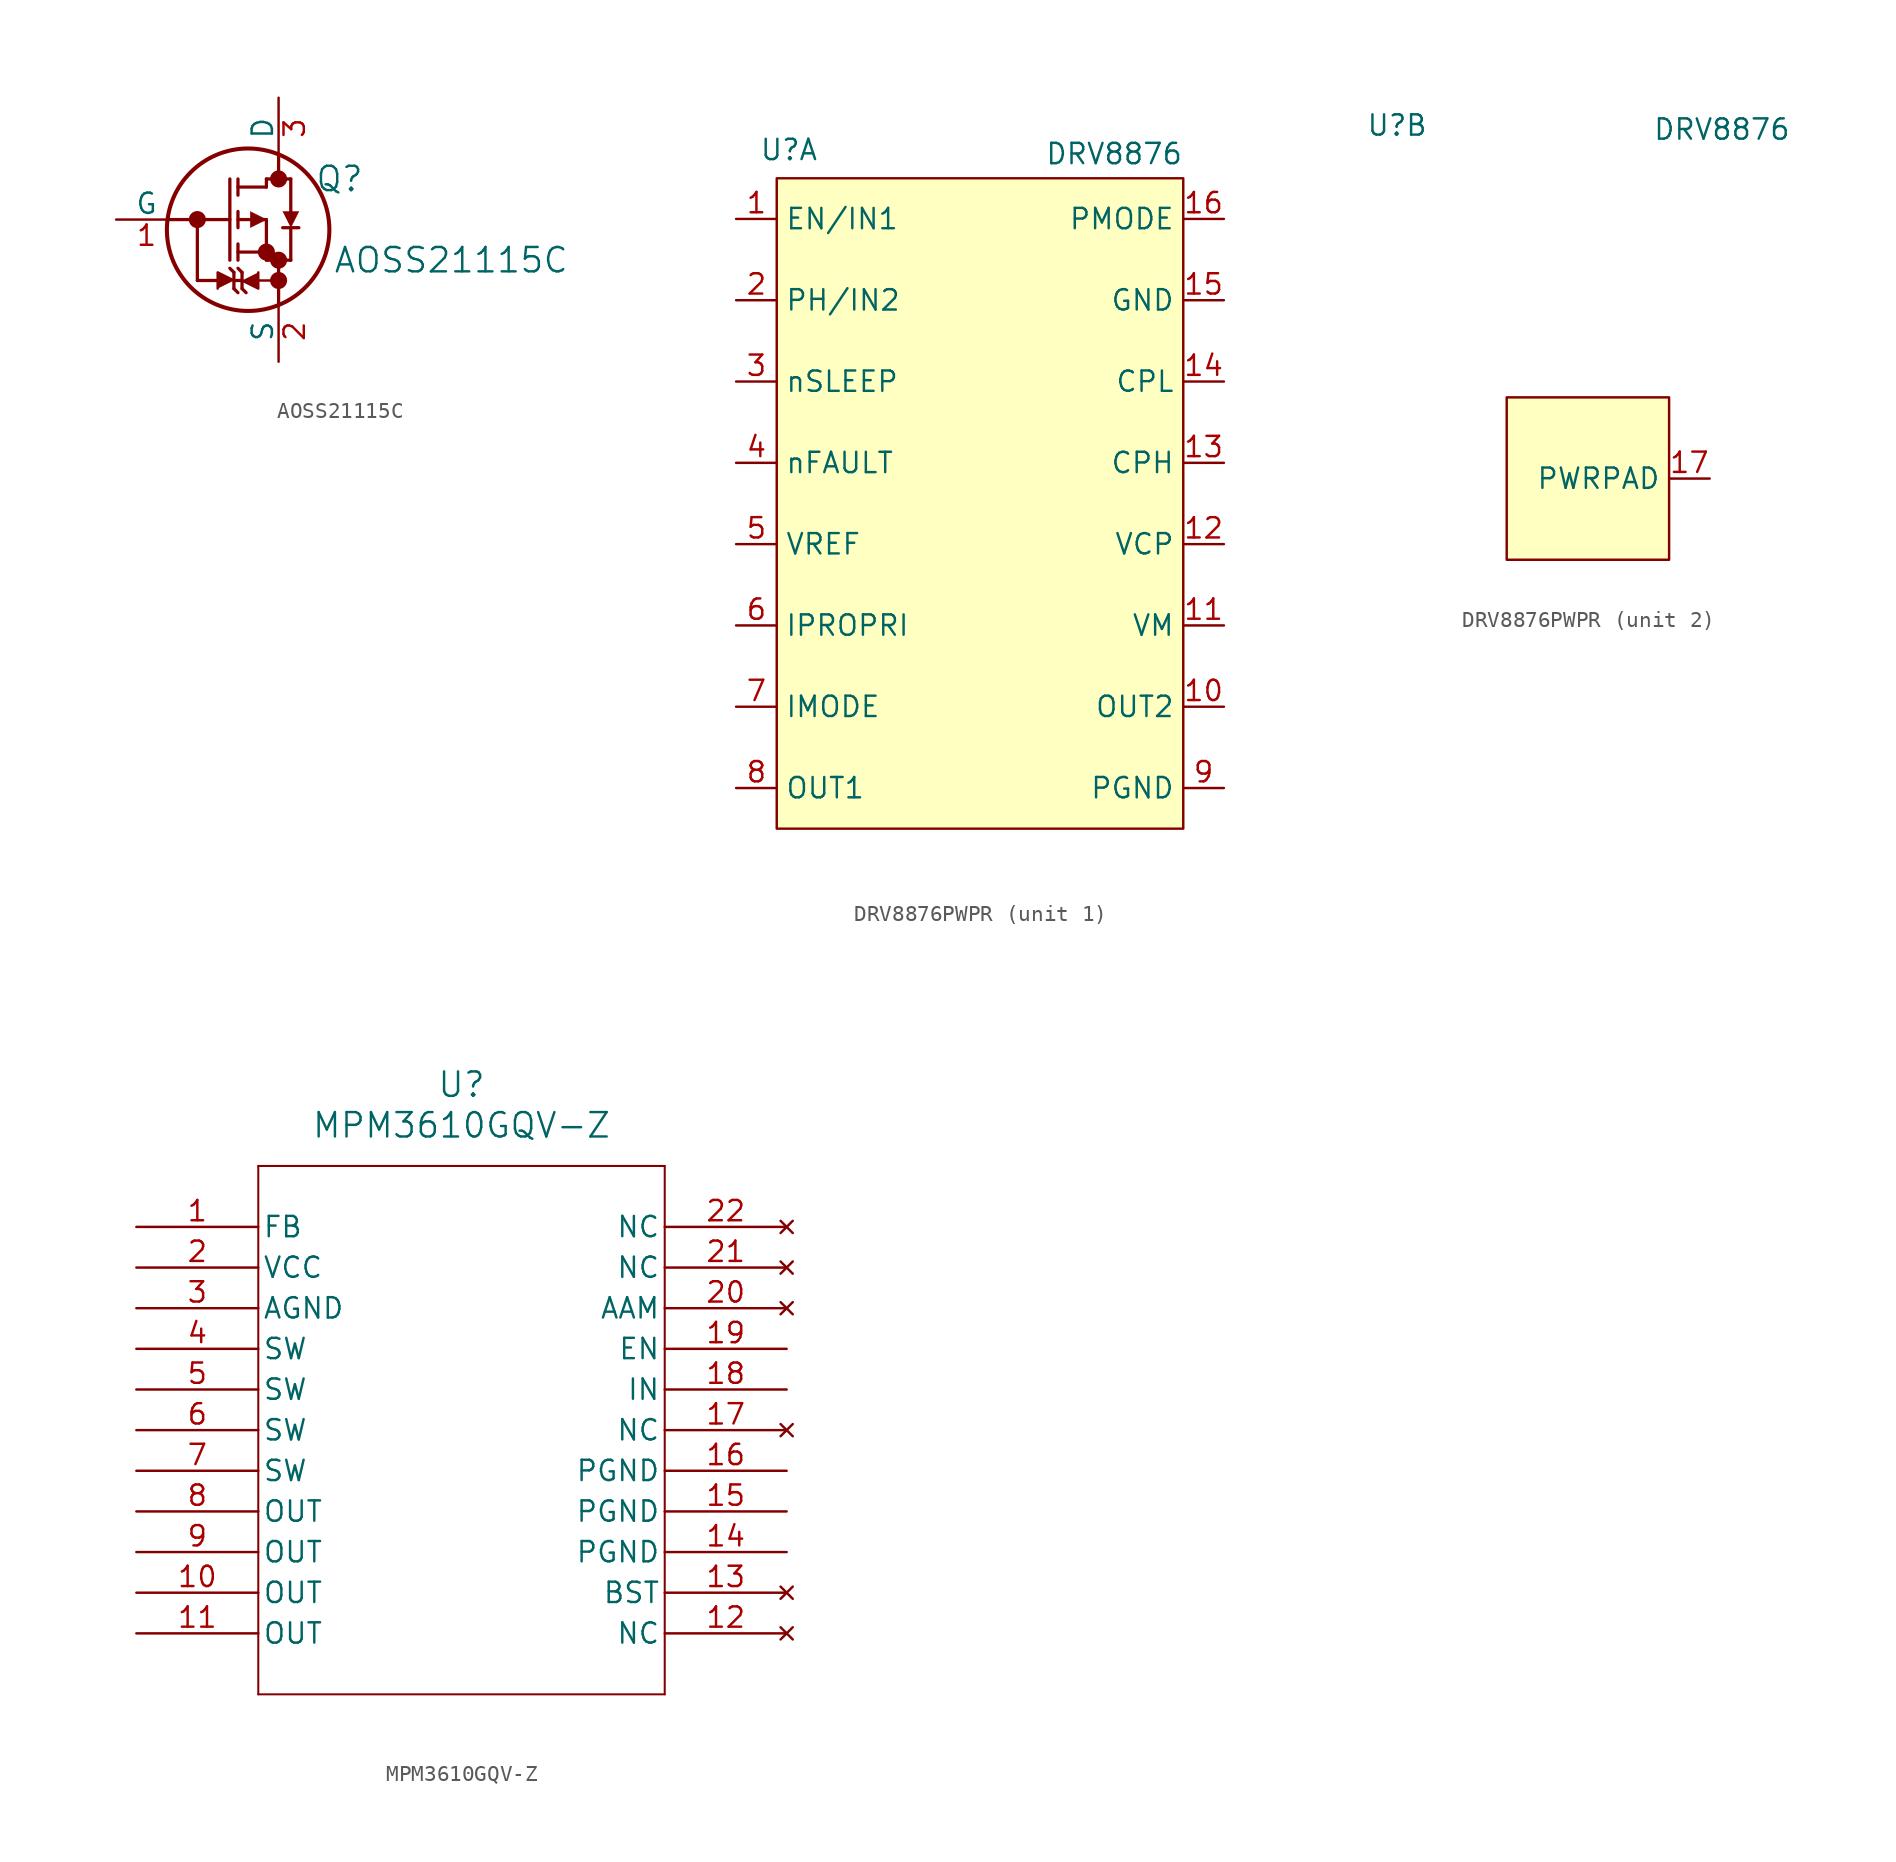
<source format=kicad_sym>
(kicad_symbol_lib
  (version 20231120)
  (generator "kicad_symbol_editor")
  (generator_version "8.0")
  (symbol "AOSS21115C"
    (pin_names
      (offset 0))
    (property "Reference" "Q"
      (at 15.24 2.54 0)
      (effects (font (size 1.524 1.524))))
    (property "Value" "AOSS21115C"
      (at 22.225 -2.54 0)
      (effects (font (size 1.524 1.524))))
    (symbol "AOSS21115C_0_1"
      (polyline (pts (xy 4.572 0) (xy 8.382 0)) (stroke (width 0.203) (type default)) (fill (type none)))
      (polyline (pts (xy 6.35 -3.81) (xy 7.62 -3.81)) (stroke (width 0.203) (type default)) (fill (type none)))
      (polyline (pts (xy 6.35 0) (xy 6.35 -3.81)) (stroke (width 0.203) (type default)) (fill (type none)))
      (polyline (pts (xy 8.382 -2.54) (xy 8.382 2.54)) (stroke (width 0.203) (type default)) (fill (type none)))
      (polyline (pts (xy 8.636 -4.318) (xy 8.89 -4.572)) (stroke (width 0.203) (type default)) (fill (type none)))
      (polyline (pts (xy 8.636 -3.81) (xy 9.144 -3.81)) (stroke (width 0.203) (type default)) (fill (type none)))
      (polyline (pts (xy 8.636 -3.302) (xy 8.382 -3.048)) (stroke (width 0.203) (type default)) (fill (type none)))
      (polyline (pts (xy 8.636 -3.302) (xy 8.636 -4.318)) (stroke (width 0.203) (type default)) (fill (type none)))
      (polyline (pts (xy 8.89 -2.54) (xy 8.89 -1.524)) (stroke (width 0.203) (type default)) (fill (type none)))
      (polyline (pts (xy 8.89 -2.032) (xy 10.668 -2.032)) (stroke (width 0.203) (type default)) (fill (type none)))
      (polyline (pts (xy 8.89 -0.508) (xy 8.89 0.508)) (stroke (width 0.203) (type default)) (fill (type none)))
      (polyline (pts (xy 8.89 0) (xy 10.668 0)) (stroke (width 0.203) (type default)) (fill (type none)))
      (polyline (pts (xy 8.89 1.524) (xy 8.89 2.54)) (stroke (width 0.203) (type default)) (fill (type none)))
      (polyline (pts (xy 8.89 2.032) (xy 10.668 2.032)) (stroke (width 0.203) (type default)) (fill (type none)))
      (polyline (pts (xy 9.144 -4.318) (xy 9.144 -3.302)) (stroke (width 0.203) (type default)) (fill (type none)))
      (polyline (pts (xy 9.144 -4.318) (xy 9.398 -4.572)) (stroke (width 0.203) (type default)) (fill (type none)))
      (polyline (pts (xy 9.144 -3.302) (xy 8.89 -3.048)) (stroke (width 0.203) (type default)) (fill (type none)))
      (polyline (pts (xy 10.668 -2.54) (xy 10.668 0)) (stroke (width 0.203) (type default)) (fill (type none)))
      (polyline (pts (xy 10.668 -2.54) (xy 12.192 -2.54)) (stroke (width 0.203) (type default)) (fill (type none)))
      (polyline (pts (xy 10.668 2.032) (xy 10.668 2.54)) (stroke (width 0.203) (type default)) (fill (type none)))
      (polyline (pts (xy 10.668 2.54) (xy 12.192 2.54)) (stroke (width 0.203) (type default)) (fill (type none)))
      (polyline (pts (xy 11.43 -5.334) (xy 11.43 -3.81)) (stroke (width 0.203) (type default)) (fill (type none)))
      (polyline (pts (xy 11.43 -3.81) (xy 10.16 -3.81)) (stroke (width 0) (type default)) (fill (type none)))
      (polyline (pts (xy 11.43 -2.54) (xy 11.43 -3.81)) (stroke (width 0.203) (type default)) (fill (type none)))
      (polyline (pts (xy 11.43 2.54) (xy 11.43 4.064)) (stroke (width 0.203) (type default)) (fill (type none)))
      (polyline (pts (xy 12.192 -2.54) (xy 12.192 -0.508)) (stroke (width 0.203) (type default)) (fill (type none)))
      (polyline (pts (xy 12.192 0.508) (xy 12.192 2.54)) (stroke (width 0.203) (type default)) (fill (type none)))
      (polyline (pts (xy 12.7 -0.508) (xy 11.684 -0.508)) (stroke (width 0.203) (type default)) (fill (type none)))
      (polyline (pts (xy 8.636 -3.81) (xy 7.62 -3.302) (xy 7.62 -4.318)) (stroke (width 0) (type default)) (fill (type outline)))
      (polyline (pts (xy 9.144 -3.81) (xy 10.16 -4.318) (xy 10.16 -3.302)) (stroke (width 0) (type default)) (fill (type outline)))
      (polyline (pts (xy 9.652 -0.508) (xy 10.668 0) (xy 9.652 0.508)) (stroke (width 0.025) (type default)) (fill (type outline)))
      (polyline (pts (xy 11.684 0.508) (xy 12.7 0.508) (xy 12.192 -0.508)) (stroke (width 0.025) (type default)) (fill (type outline)))
      (circle (center 6.35 0) (radius 0.025) (stroke (width 0.508) (type default)) (fill (type none)))
      (circle (center 9.525 -0.635) (radius 5.08) (stroke (width 0.254) (type default)) (fill (type none)))
      (circle (center 10.668 -2.032) (radius 0.025) (stroke (width 0.508) (type default)) (fill (type none)))
      (circle (center 11.43 -3.81) (radius 0.025) (stroke (width 0.508) (type default)) (fill (type none)))
      (circle (center 11.43 -2.54) (radius 0.025) (stroke (width 0.508) (type default)) (fill (type none)))
      (circle (center 11.43 2.54) (radius 0.025) (stroke (width 0.508) (type default)) (fill (type none))))
    (symbol "AOSS21115C_1_1"
      (pin input line (at 1.27 0 0) (length 3.81) (name "G" (effects (font (size 1.27 1.27)))) (number "1" (effects (font (size 1.27 1.27)))))
      (pin passive line (at 11.43 -8.89 90) (length 3.81) (name "S" (effects (font (size 1.27 1.27)))) (number "2" (effects (font (size 1.27 1.27)))))
      (pin passive line (at 11.43 7.62 270) (length 3.81) (name "D" (effects (font (size 1.27 1.27)))) (number "3" (effects (font (size 1.27 1.27)))))))
  (symbol "DRV8876PWPR"
    (property "Reference" "U"
      (at -11.938 22.098 0)
      (effects (font (size 1.27 1.27))))
    (property "Value" "DRV8876"
      (at 8.382 21.844 0)
      (effects (font (size 1.27 1.27))))
    (property "ki_locked" ""
      (at 0 0 0)
      (effects (font (size 1.27 1.27))))
    (symbol "DRV8876PWPR_1_1"
      (rectangle (start -12.7 20.32) (end 12.7 -20.32) (stroke (width 0) (type default)) (fill (type background)))
      (pin input line (at -15.24 17.78 0) (length 2.54) (name "EN/IN1" (effects (font (size 1.27 1.27)))) (number "1" (effects (font (size 1.27 1.27)))))
      (pin output line (at 15.24 -12.7 180) (length 2.54) (name "OUT2" (effects (font (size 1.27 1.27)))) (number "10" (effects (font (size 1.27 1.27)))))
      (pin power_in line (at 15.24 -7.62 180) (length 2.54) (name "VM" (effects (font (size 1.27 1.27)))) (number "11" (effects (font (size 1.27 1.27)))))
      (pin power_in line (at 15.24 -2.54 180) (length 2.54) (name "VCP" (effects (font (size 1.27 1.27)))) (number "12" (effects (font (size 1.27 1.27)))))
      (pin power_in line (at 15.24 2.54 180) (length 2.54) (name "CPH" (effects (font (size 1.27 1.27)))) (number "13" (effects (font (size 1.27 1.27)))))
      (pin power_in line (at 15.24 7.62 180) (length 2.54) (name "CPL" (effects (font (size 1.27 1.27)))) (number "14" (effects (font (size 1.27 1.27)))))
      (pin power_in line (at 15.24 12.7 180) (length 2.54) (name "GND" (effects (font (size 1.27 1.27)))) (number "15" (effects (font (size 1.27 1.27)))))
      (pin input line (at 15.24 17.78 180) (length 2.54) (name "PMODE" (effects (font (size 1.27 1.27)))) (number "16" (effects (font (size 1.27 1.27)))))
      (pin input line (at -15.24 12.7 0) (length 2.54) (name "PH/IN2" (effects (font (size 1.27 1.27)))) (number "2" (effects (font (size 1.27 1.27)))))
      (pin input line (at -15.24 7.62 0) (length 2.54) (name "nSLEEP" (effects (font (size 1.27 1.27)))) (number "3" (effects (font (size 1.27 1.27)))))
      (pin input line (at -15.24 2.54 0) (length 2.54) (name "nFAULT" (effects (font (size 1.27 1.27)))) (number "4" (effects (font (size 1.27 1.27)))))
      (pin input line (at -15.24 -2.54 0) (length 2.54) (name "VREF" (effects (font (size 1.27 1.27)))) (number "5" (effects (font (size 1.27 1.27)))))
      (pin output line (at -15.24 -7.62 0) (length 2.54) (name "IPROPRI" (effects (font (size 1.27 1.27)))) (number "6" (effects (font (size 1.27 1.27)))))
      (pin input line (at -15.24 -12.7 0) (length 2.54) (name "IMODE" (effects (font (size 1.27 1.27)))) (number "7" (effects (font (size 1.27 1.27)))))
      (pin output line (at -15.24 -17.78 0) (length 2.54) (name "OUT1" (effects (font (size 1.27 1.27)))) (number "8" (effects (font (size 1.27 1.27)))))
      (pin power_in line (at 15.24 -17.78 180) (length 2.54) (name "PGND" (effects (font (size 1.27 1.27)))) (number "9" (effects (font (size 1.27 1.27))))))
    (symbol "DRV8876PWPR_2_1"
      (rectangle (start -5.08 5.08) (end 5.08 -5.08) (stroke (width 0) (type default)) (fill (type background)))
      (pin power_in line (at 7.62 0 180) (length 2.54) (name "PWRPAD" (effects (font (size 1.27 1.27)))) (number "17" (effects (font (size 1.27 1.27)))))))
  (symbol "MPM3610GQV-Z"
    (pin_names
      (offset 0.254))
    (property "Reference" "U"
      (at 20.32 10.16 0)
      (effects (font (size 1.524 1.524))))
    (property "Value" "MPM3610GQV-Z"
      (at 20.32 7.62 0)
      (effects (font (size 1.524 1.524))))
    (property "ki_locked" ""
      (at 0 0 0)
      (effects (font (size 1.27 1.27))))
    (symbol "MPM3610GQV-Z_0_1"
      (polyline (pts (xy 7.62 -27.94) (xy 33.02 -27.94)) (stroke (width 0.127) (type default)) (fill (type none)))
      (polyline (pts (xy 7.62 5.08) (xy 7.62 -27.94)) (stroke (width 0.127) (type default)) (fill (type none)))
      (polyline (pts (xy 33.02 -27.94) (xy 33.02 5.08)) (stroke (width 0.127) (type default)) (fill (type none)))
      (polyline (pts (xy 33.02 5.08) (xy 7.62 5.08)) (stroke (width 0.127) (type default)) (fill (type none)))
      (pin passive line (at 0 1.27 0) (length 7.62) (name "FB" (effects (font (size 1.27 1.27)))) (number "1" (effects (font (size 1.27 1.27)))))
      (pin output line (at 0 -21.59 0) (length 7.62) (name "OUT" (effects (font (size 1.27 1.27)))) (number "10" (effects (font (size 1.27 1.27)))))
      (pin output line (at 0 -24.13 0) (length 7.62) (name "OUT" (effects (font (size 1.27 1.27)))) (number "11" (effects (font (size 1.27 1.27)))))
      (pin no_connect line (at 40.64 -24.13 180) (length 7.62) (name "NC" (effects (font (size 1.27 1.27)))) (number "12" (effects (font (size 1.27 1.27)))))
      (pin no_connect line (at 40.64 -21.59 180) (length 7.62) (name "BST" (effects (font (size 1.27 1.27)))) (number "13" (effects (font (size 1.27 1.27)))))
      (pin power_out line (at 40.64 -19.05 180) (length 7.62) (name "PGND" (effects (font (size 1.27 1.27)))) (number "14" (effects (font (size 1.27 1.27)))))
      (pin power_out line (at 40.64 -16.51 180) (length 7.62) (name "PGND" (effects (font (size 1.27 1.27)))) (number "15" (effects (font (size 1.27 1.27)))))
      (pin power_out line (at 40.64 -13.97 180) (length 7.62) (name "PGND" (effects (font (size 1.27 1.27)))) (number "16" (effects (font (size 1.27 1.27)))))
      (pin no_connect line (at 40.64 -11.43 180) (length 7.62) (name "NC" (effects (font (size 1.27 1.27)))) (number "17" (effects (font (size 1.27 1.27)))))
      (pin power_in line (at 40.64 -8.89 180) (length 7.62) (name "IN" (effects (font (size 1.27 1.27)))) (number "18" (effects (font (size 1.27 1.27)))))
      (pin passive line (at 40.64 -6.35 180) (length 7.62) (name "EN" (effects (font (size 1.27 1.27)))) (number "19" (effects (font (size 1.27 1.27)))))
      (pin power_in line (at 0 -1.27 0) (length 7.62) (name "VCC" (effects (font (size 1.27 1.27)))) (number "2" (effects (font (size 1.27 1.27)))))
      (pin no_connect line (at 40.64 -3.81 180) (length 7.62) (name "AAM" (effects (font (size 1.27 1.27)))) (number "20" (effects (font (size 1.27 1.27)))))
      (pin no_connect line (at 40.64 -1.27 180) (length 7.62) (name "NC" (effects (font (size 1.27 1.27)))) (number "21" (effects (font (size 1.27 1.27)))))
      (pin no_connect line (at 40.64 1.27 180) (length 7.62) (name "NC" (effects (font (size 1.27 1.27)))) (number "22" (effects (font (size 1.27 1.27)))))
      (pin power_out line (at 0 -3.81 0) (length 7.62) (name "AGND" (effects (font (size 1.27 1.27)))) (number "3" (effects (font (size 1.27 1.27)))))
      (pin output line (at 0 -6.35 0) (length 7.62) (name "SW" (effects (font (size 1.27 1.27)))) (number "4" (effects (font (size 1.27 1.27)))))
      (pin output line (at 0 -8.89 0) (length 7.62) (name "SW" (effects (font (size 1.27 1.27)))) (number "5" (effects (font (size 1.27 1.27)))))
      (pin output line (at 0 -11.43 0) (length 7.62) (name "SW" (effects (font (size 1.27 1.27)))) (number "6" (effects (font (size 1.27 1.27)))))
      (pin output line (at 0 -13.97 0) (length 7.62) (name "SW" (effects (font (size 1.27 1.27)))) (number "7" (effects (font (size 1.27 1.27)))))
      (pin output line (at 0 -16.51 0) (length 7.62) (name "OUT" (effects (font (size 1.27 1.27)))) (number "8" (effects (font (size 1.27 1.27)))))
      (pin output line (at 0 -19.05 0) (length 7.62) (name "OUT" (effects (font (size 1.27 1.27)))) (number "9" (effects (font (size 1.27 1.27))))))))
</source>
